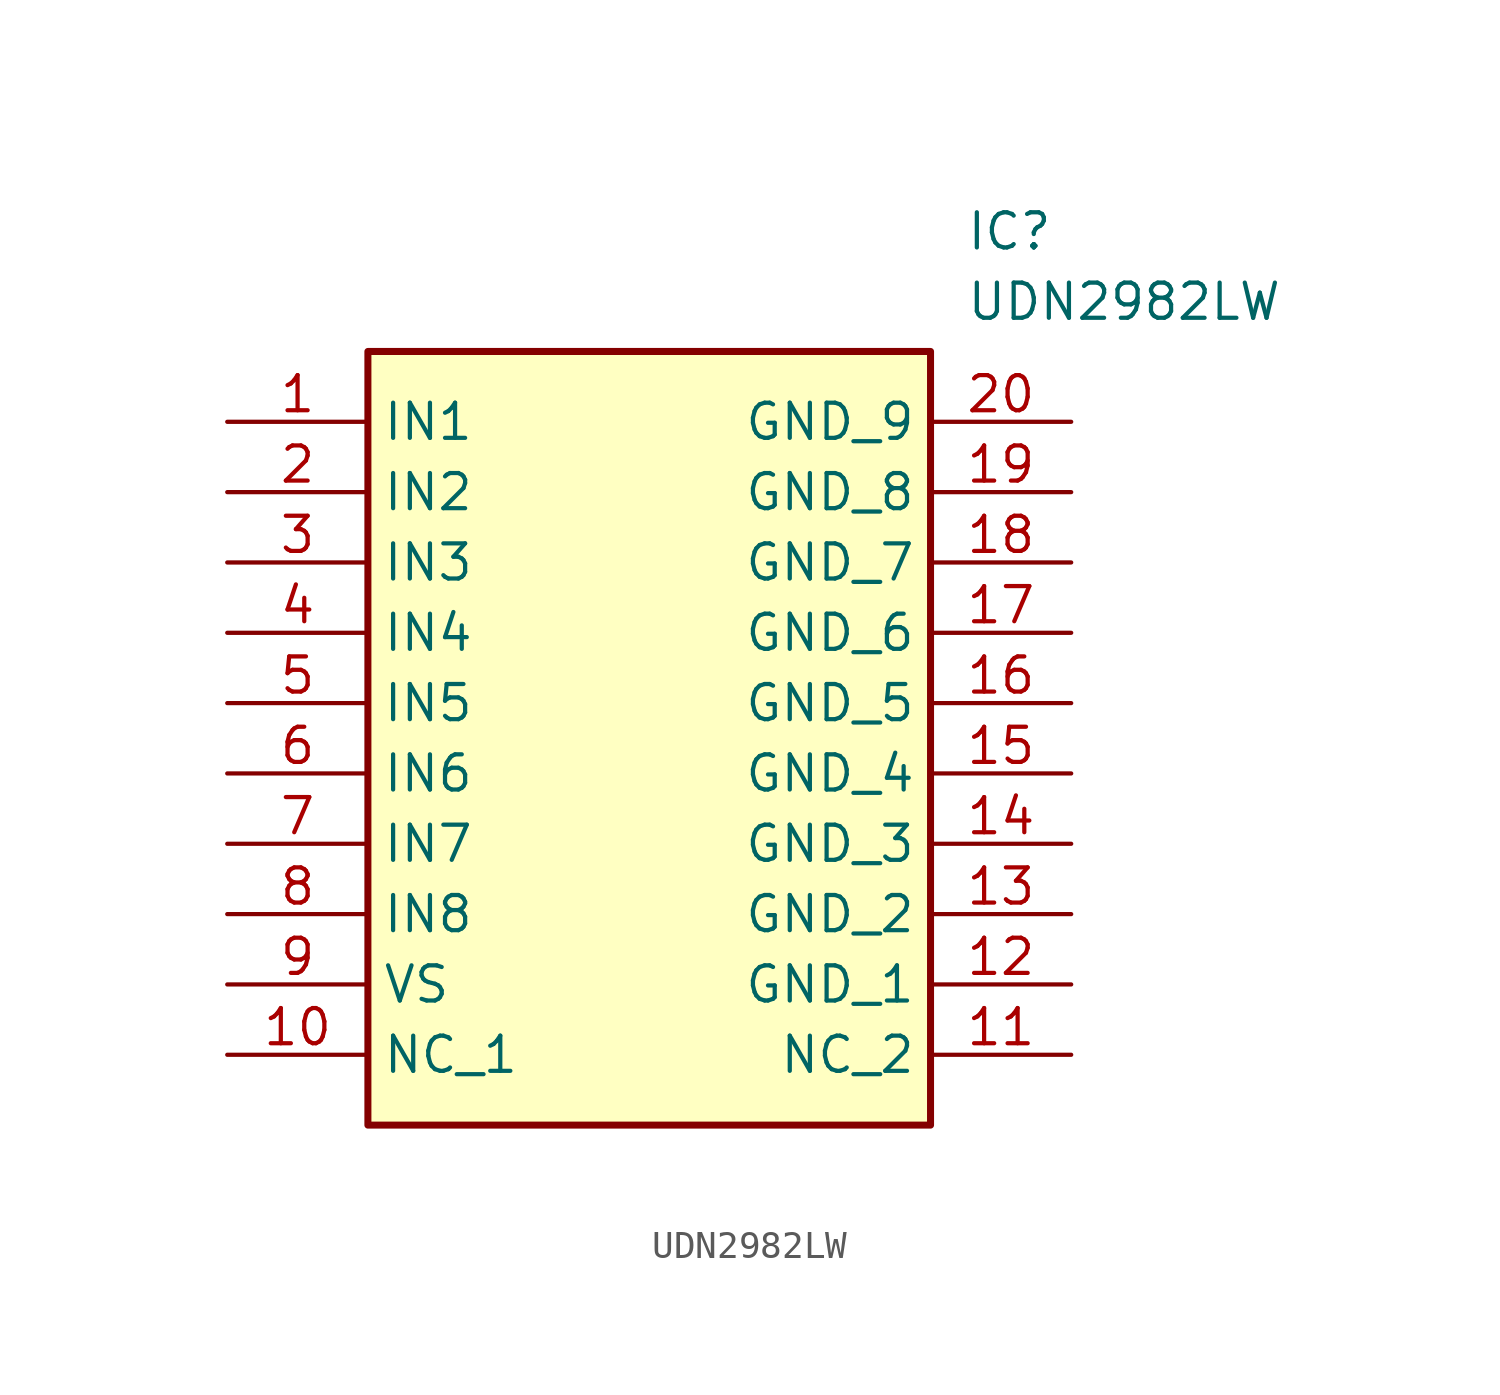
<source format=kicad_sym>
(kicad_symbol_lib
  (version 20211014)
  (generator SamacSys_ECAD_Model)
  (symbol "UDN2982LW"
    (property "Reference" "IC"
      (at 26.67 7.62 0)
      (effects (font (size 1.27 1.27)) (justify left top)))
    (property "Value" "UDN2982LW"
      (at 26.67 5.08 0)
      (effects (font (size 1.27 1.27)) (justify left top)))
    (rectangle
      (start 5.08 2.54)
      (end 25.4 -25.4)
      (stroke (width 0.254) (type default))
      (fill (type background)))
    (pin input line
      (at 0 0 0)
      (length 5.08)
      (name "IN1" (effects (font (size 1.27 1.27))))
      (number "1" (effects (font (size 1.27 1.27)))))
    (pin input line
      (at 0 -2.54 0)
      (length 5.08)
      (name "IN2" (effects (font (size 1.27 1.27))))
      (number "2" (effects (font (size 1.27 1.27)))))
    (pin input line
      (at 0 -5.08 0)
      (length 5.08)
      (name "IN3" (effects (font (size 1.27 1.27))))
      (number "3" (effects (font (size 1.27 1.27)))))
    (pin input line
      (at 0 -7.62 0)
      (length 5.08)
      (name "IN4" (effects (font (size 1.27 1.27))))
      (number "4" (effects (font (size 1.27 1.27)))))
    (pin input line
      (at 0 -10.16 0)
      (length 5.08)
      (name "IN5" (effects (font (size 1.27 1.27))))
      (number "5" (effects (font (size 1.27 1.27)))))
    (pin input line
      (at 0 -12.7 0)
      (length 5.08)
      (name "IN6" (effects (font (size 1.27 1.27))))
      (number "6" (effects (font (size 1.27 1.27)))))
    (pin input line
      (at 0 -15.24 0)
      (length 5.08)
      (name "IN7" (effects (font (size 1.27 1.27))))
      (number "7" (effects (font (size 1.27 1.27)))))
    (pin input line
      (at 0 -17.78 0)
      (length 5.08)
      (name "IN8" (effects (font (size 1.27 1.27))))
      (number "8" (effects (font (size 1.27 1.27)))))
    (pin power_in line
      (at 0 -20.32 0)
      (length 5.08)
      (name "VS" (effects (font (size 1.27 1.27))))
      (number "9" (effects (font (size 1.27 1.27)))))
    (pin passive line
      (at 0 -22.86 0)
      (length 5.08)
      (name "NC_1" (effects (font (size 1.27 1.27))))
      (number "10" (effects (font (size 1.27 1.27)))))
    (pin power_in line
      (at 30.48 0 180)
      (length 5.08)
      (name "GND_9" (effects (font (size 1.27 1.27))))
      (number "20" (effects (font (size 1.27 1.27)))))
    (pin power_in line
      (at 30.48 -2.54 180)
      (length 5.08)
      (name "GND_8" (effects (font (size 1.27 1.27))))
      (number "19" (effects (font (size 1.27 1.27)))))
    (pin power_in line
      (at 30.48 -5.08 180)
      (length 5.08)
      (name "GND_7" (effects (font (size 1.27 1.27))))
      (number "18" (effects (font (size 1.27 1.27)))))
    (pin power_in line
      (at 30.48 -7.62 180)
      (length 5.08)
      (name "GND_6" (effects (font (size 1.27 1.27))))
      (number "17" (effects (font (size 1.27 1.27)))))
    (pin power_in line
      (at 30.48 -10.16 180)
      (length 5.08)
      (name "GND_5" (effects (font (size 1.27 1.27))))
      (number "16" (effects (font (size 1.27 1.27)))))
    (pin power_in line
      (at 30.48 -12.7 180)
      (length 5.08)
      (name "GND_4" (effects (font (size 1.27 1.27))))
      (number "15" (effects (font (size 1.27 1.27)))))
    (pin power_in line
      (at 30.48 -15.24 180)
      (length 5.08)
      (name "GND_3" (effects (font (size 1.27 1.27))))
      (number "14" (effects (font (size 1.27 1.27)))))
    (pin power_in line
      (at 30.48 -17.78 180)
      (length 5.08)
      (name "GND_2" (effects (font (size 1.27 1.27))))
      (number "13" (effects (font (size 1.27 1.27)))))
    (pin power_in line
      (at 30.48 -20.32 180)
      (length 5.08)
      (name "GND_1" (effects (font (size 1.27 1.27))))
      (number "12" (effects (font (size 1.27 1.27)))))
    (pin passive line
      (at 30.48 -22.86 180)
      (length 5.08)
      (name "NC_2" (effects (font (size 1.27 1.27))))
      (number "11" (effects (font (size 1.27 1.27)))))))
</source>
